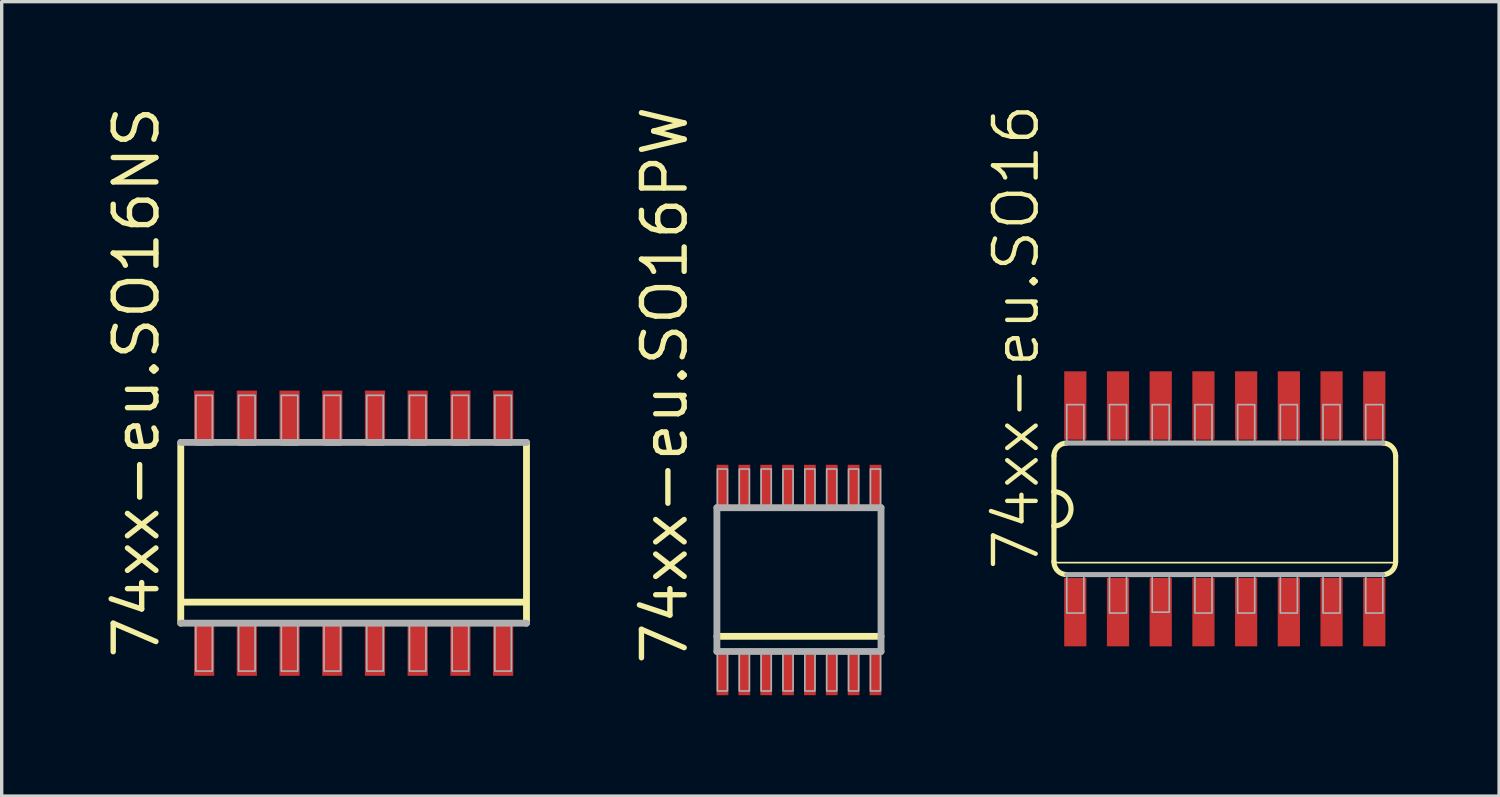
<source format=kicad_pcb>
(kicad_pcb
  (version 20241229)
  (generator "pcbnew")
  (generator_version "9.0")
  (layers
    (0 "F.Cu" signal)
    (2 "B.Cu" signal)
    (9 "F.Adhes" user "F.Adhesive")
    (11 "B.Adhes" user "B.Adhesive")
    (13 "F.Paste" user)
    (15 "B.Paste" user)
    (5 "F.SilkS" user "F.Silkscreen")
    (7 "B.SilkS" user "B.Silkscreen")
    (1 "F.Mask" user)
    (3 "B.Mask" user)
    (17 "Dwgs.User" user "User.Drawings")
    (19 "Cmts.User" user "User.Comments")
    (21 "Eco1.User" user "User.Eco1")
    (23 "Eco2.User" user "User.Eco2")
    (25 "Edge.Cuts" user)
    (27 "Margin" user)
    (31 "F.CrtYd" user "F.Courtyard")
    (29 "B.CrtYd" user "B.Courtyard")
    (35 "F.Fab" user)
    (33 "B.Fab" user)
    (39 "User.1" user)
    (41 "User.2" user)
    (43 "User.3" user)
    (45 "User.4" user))
  (footprint "74xx-eu.SO16PW"
    (layer "F.Cu")
    (at 20.707 14.196)
    (property "Reference" "74xx-eu.SO16PW" (at -3.25 2.6 90) (layer "F.SilkS") (effects (font (size 1.27 1.27) (thickness 0.16)) (justify left bottom)))
    (attr smd)
    (fp_line (start 2.44 1.675) (end -2.44 1.675) (stroke (width 0.203) (type default)) (layer "F.SilkS"))
    (fp_line (start -2.44 -2.15) (end 2.44 -2.15) (stroke (width 0.203) (type default)) (layer "F.Fab"))
    (fp_line (start -2.44 2.125) (end -2.44 -2.15) (stroke (width 0.203) (type default)) (layer "F.Fab"))
    (fp_line (start 2.44 -2.15) (end 2.44 2.125) (stroke (width 0.203) (type default)) (layer "F.Fab"))
    (fp_line (start 2.44 2.125) (end -2.44 2.125) (stroke (width 0.203) (type default)) (layer "F.Fab"))
    (fp_rect (start -2.425 -2.1) (end -2.125 -3.3) (stroke (width 0.05) (type default)) (fill no) (layer "F.Fab"))
    (fp_rect (start -2.425 3.3) (end -2.125 2.1) (stroke (width 0.05) (type default)) (fill no) (layer "F.Fab"))
    (fp_rect (start -1.775 -2.1) (end -1.475 -3.3) (stroke (width 0.05) (type default)) (fill no) (layer "F.Fab"))
    (fp_rect (start -1.775 3.3) (end -1.475 2.1) (stroke (width 0.05) (type default)) (fill no) (layer "F.Fab"))
    (fp_rect (start -1.125 -2.1) (end -0.825 -3.3) (stroke (width 0.05) (type default)) (fill no) (layer "F.Fab"))
    (fp_rect (start -1.125 3.3) (end -0.825 2.1) (stroke (width 0.05) (type default)) (fill no) (layer "F.Fab"))
    (fp_rect (start -0.475 -2.1) (end -0.175 -3.3) (stroke (width 0.05) (type default)) (fill no) (layer "F.Fab"))
    (fp_rect (start -0.475 3.3) (end -0.175 2.1) (stroke (width 0.05) (type default)) (fill no) (layer "F.Fab"))
    (fp_rect (start 0.175 -2.1) (end 0.475 -3.3) (stroke (width 0.05) (type default)) (fill no) (layer "F.Fab"))
    (fp_rect (start 0.175 3.3) (end 0.475 2.1) (stroke (width 0.05) (type default)) (fill no) (layer "F.Fab"))
    (fp_rect (start 0.825 -2.1) (end 1.125 -3.3) (stroke (width 0.05) (type default)) (fill no) (layer "F.Fab"))
    (fp_rect (start 0.825 3.3) (end 1.125 2.1) (stroke (width 0.05) (type default)) (fill no) (layer "F.Fab"))
    (fp_rect (start 1.475 -2.1) (end 1.775 -3.3) (stroke (width 0.05) (type default)) (fill no) (layer "F.Fab"))
    (fp_rect (start 1.475 3.3) (end 1.775 2.1) (stroke (width 0.05) (type default)) (fill no) (layer "F.Fab"))
    (fp_rect (start 2.125 -2.1) (end 2.425 -3.3) (stroke (width 0.05) (type default)) (fill no) (layer "F.Fab"))
    (fp_rect (start 2.125 3.3) (end 2.425 2.1) (stroke (width 0.05) (type default)) (fill no) (layer "F.Fab"))
    (pad "1" smd roundrect (at -2.275 2.825) (size 0.35 1.2) (layers "F.Cu" "F.Mask" "F.Paste") (roundrect_rratio 0.01))
    (pad "2" smd roundrect (at -1.625 2.825) (size 0.35 1.2) (layers "F.Cu" "F.Mask" "F.Paste") (roundrect_rratio 0.01))
    (pad "3" smd roundrect (at -0.975 2.825) (size 0.35 1.2) (layers "F.Cu" "F.Mask" "F.Paste") (roundrect_rratio 0.01))
    (pad "4" smd roundrect (at -0.325 2.825) (size 0.35 1.2) (layers "F.Cu" "F.Mask" "F.Paste") (roundrect_rratio 0.01))
    (pad "5" smd roundrect (at 0.325 2.825) (size 0.35 1.2) (layers "F.Cu" "F.Mask" "F.Paste") (roundrect_rratio 0.01))
    (pad "6" smd roundrect (at 0.975 2.825) (size 0.35 1.2) (layers "F.Cu" "F.Mask" "F.Paste") (roundrect_rratio 0.01))
    (pad "7" smd roundrect (at 1.625 2.825) (size 0.35 1.2) (layers "F.Cu" "F.Mask" "F.Paste") (roundrect_rratio 0.01))
    (pad "8" smd roundrect (at 2.275 2.825) (size 0.35 1.2) (layers "F.Cu" "F.Mask" "F.Paste") (roundrect_rratio 0.01))
    (pad "9" smd roundrect (at 2.275 -2.825 180) (size 0.35 1.2) (layers "F.Cu" "F.Mask" "F.Paste") (roundrect_rratio 0.01))
    (pad "10" smd roundrect (at 1.625 -2.825 180) (size 0.35 1.2) (layers "F.Cu" "F.Mask" "F.Paste") (roundrect_rratio 0.01))
    (pad "11" smd roundrect (at 0.975 -2.825 180) (size 0.35 1.2) (layers "F.Cu" "F.Mask" "F.Paste") (roundrect_rratio 0.01))
    (pad "12" smd roundrect (at 0.325 -2.825 180) (size 0.35 1.2) (layers "F.Cu" "F.Mask" "F.Paste") (roundrect_rratio 0.01))
    (pad "13" smd roundrect (at -0.325 -2.825 180) (size 0.35 1.2) (layers "F.Cu" "F.Mask" "F.Paste") (roundrect_rratio 0.01))
    (pad "14" smd roundrect (at -0.975 -2.825 180) (size 0.35 1.2) (layers "F.Cu" "F.Mask" "F.Paste") (roundrect_rratio 0.01))
    (pad "15" smd roundrect (at -1.625 -2.825 180) (size 0.35 1.2) (layers "F.Cu" "F.Mask" "F.Paste") (roundrect_rratio 0.01))
    (pad "16" smd roundrect (at -2.275 -2.825 180) (size 0.35 1.2) (layers "F.Cu" "F.Mask" "F.Paste") (roundrect_rratio 0.01)))
  (footprint "74xx-eu.SO16"
    (layer "F.Cu")
    (at 33.369 12.08)
    (property "Reference" "74xx-eu.SO16" (at -5.461 1.905 90) (layer "F.SilkS") (effects (font (size 1.27 1.27) (thickness 0.13)) (justify left bottom)))
    (attr smd)
    (fp_line (start -5.08 -1.575) (end -5.08 -0.508) (stroke (width 0.152) (type default)) (layer "F.SilkS"))
    (fp_line (start -5.08 -0.508) (end -5.08 0.508) (stroke (width 0.152) (type default)) (layer "F.SilkS"))
    (fp_line (start -5.08 0.508) (end -5.08 1.575) (stroke (width 0.152) (type default)) (layer "F.SilkS"))
    (fp_line (start -5.08 1.6) (end 5.08 1.6) (stroke (width 0.051) (type default)) (layer "F.SilkS"))
    (fp_line (start 5.08 1.575) (end 5.08 -1.575) (stroke (width 0.152) (type default)) (layer "F.SilkS"))
    (fp_arc (start -5.08 -1.5748) (mid -4.968408 -1.844208) (end -4.699 -1.9558) (stroke (width 0.1524) (type default)) (layer "F.SilkS"))
    (fp_arc (start -5.08 -0.508) (mid -4.572 0) (end -5.08 0.508) (stroke (width 0.1524) (type default)) (layer "F.SilkS"))
    (fp_arc (start -4.699 1.9558) (mid -4.968408 1.844208) (end -5.08 1.5748) (stroke (width 0.1524) (type default)) (layer "F.SilkS"))
    (fp_arc (start 4.699 -1.9558) (mid 4.968408 -1.844208) (end 5.08 -1.5748) (stroke (width 0.1524) (type default)) (layer "F.SilkS"))
    (fp_arc (start 5.08 1.5748) (mid 4.968408 1.844208) (end 4.699 1.9558) (stroke (width 0.1524) (type default)) (layer "F.SilkS"))
    (fp_line (start -4.699 1.956) (end 4.699 1.956) (stroke (width 0.152) (type default)) (layer "F.Fab"))
    (fp_line (start 4.699 -1.956) (end -4.699 -1.956) (stroke (width 0.152) (type default)) (layer "F.Fab"))
    (fp_rect (start -4.699 -1.956) (end -4.191 -3.099) (stroke (width 0.05) (type default)) (fill no) (layer "F.Fab"))
    (fp_rect (start -4.699 3.099) (end -4.191 1.956) (stroke (width 0.05) (type default)) (fill no) (layer "F.Fab"))
    (fp_rect (start -3.429 -1.956) (end -2.921 -3.099) (stroke (width 0.05) (type default)) (fill no) (layer "F.Fab"))
    (fp_rect (start -3.429 3.099) (end -2.921 1.956) (stroke (width 0.05) (type default)) (fill no) (layer "F.Fab"))
    (fp_rect (start -2.159 -1.956) (end -1.651 -3.099) (stroke (width 0.05) (type default)) (fill no) (layer "F.Fab"))
    (fp_rect (start -2.159 3.073) (end -1.651 1.93) (stroke (width 0.05) (type default)) (fill no) (layer "F.Fab"))
    (fp_rect (start -0.889 -1.956) (end -0.381 -3.099) (stroke (width 0.05) (type default)) (fill no) (layer "F.Fab"))
    (fp_rect (start -0.889 3.099) (end -0.381 1.956) (stroke (width 0.05) (type default)) (fill no) (layer "F.Fab"))
    (fp_rect (start 0.381 -1.956) (end 0.889 -3.099) (stroke (width 0.05) (type default)) (fill no) (layer "F.Fab"))
    (fp_rect (start 0.381 3.099) (end 0.889 1.956) (stroke (width 0.05) (type default)) (fill no) (layer "F.Fab"))
    (fp_rect (start 1.651 -1.956) (end 2.159 -3.099) (stroke (width 0.05) (type default)) (fill no) (layer "F.Fab"))
    (fp_rect (start 1.651 3.099) (end 2.159 1.956) (stroke (width 0.05) (type default)) (fill no) (layer "F.Fab"))
    (fp_rect (start 2.921 -1.956) (end 3.429 -3.099) (stroke (width 0.05) (type default)) (fill no) (layer "F.Fab"))
    (fp_rect (start 2.921 3.099) (end 3.429 1.956) (stroke (width 0.05) (type default)) (fill no) (layer "F.Fab"))
    (fp_rect (start 4.191 -1.956) (end 4.699 -3.099) (stroke (width 0.05) (type default)) (fill no) (layer "F.Fab"))
    (fp_rect (start 4.191 3.099) (end 4.699 1.956) (stroke (width 0.05) (type default)) (fill no) (layer "F.Fab"))
    (pad "1" smd roundrect (at -4.445 3.073) (size 0.66 2.032) (layers "F.Cu" "F.Mask" "F.Paste") (roundrect_rratio 0.01))
    (pad "2" smd roundrect (at -3.175 3.073) (size 0.66 2.032) (layers "F.Cu" "F.Mask" "F.Paste") (roundrect_rratio 0.01))
    (pad "3" smd roundrect (at -1.905 3.073) (size 0.66 2.032) (layers "F.Cu" "F.Mask" "F.Paste") (roundrect_rratio 0.01))
    (pad "4" smd roundrect (at -0.635 3.073) (size 0.66 2.032) (layers "F.Cu" "F.Mask" "F.Paste") (roundrect_rratio 0.01))
    (pad "5" smd roundrect (at 0.635 3.073) (size 0.66 2.032) (layers "F.Cu" "F.Mask" "F.Paste") (roundrect_rratio 0.01))
    (pad "6" smd roundrect (at 1.905 3.073) (size 0.66 2.032) (layers "F.Cu" "F.Mask" "F.Paste") (roundrect_rratio 0.01))
    (pad "7" smd roundrect (at 3.175 3.073) (size 0.66 2.032) (layers "F.Cu" "F.Mask" "F.Paste") (roundrect_rratio 0.01))
    (pad "8" smd roundrect (at 4.445 3.073) (size 0.66 2.032) (layers "F.Cu" "F.Mask" "F.Paste") (roundrect_rratio 0.01))
    (pad "9" smd roundrect (at 4.445 -3.073) (size 0.66 2.032) (layers "F.Cu" "F.Mask" "F.Paste") (roundrect_rratio 0.01))
    (pad "10" smd roundrect (at 3.175 -3.073) (size 0.66 2.032) (layers "F.Cu" "F.Mask" "F.Paste") (roundrect_rratio 0.01))
    (pad "11" smd roundrect (at 1.905 -3.073) (size 0.66 2.032) (layers "F.Cu" "F.Mask" "F.Paste") (roundrect_rratio 0.01))
    (pad "12" smd roundrect (at 0.635 -3.073) (size 0.66 2.032) (layers "F.Cu" "F.Mask" "F.Paste") (roundrect_rratio 0.01))
    (pad "13" smd roundrect (at -0.635 -3.073) (size 0.66 2.032) (layers "F.Cu" "F.Mask" "F.Paste") (roundrect_rratio 0.01))
    (pad "14" smd roundrect (at -1.905 -3.073) (size 0.66 2.032) (layers "F.Cu" "F.Mask" "F.Paste") (roundrect_rratio 0.01))
    (pad "15" smd roundrect (at -3.175 -3.073) (size 0.66 2.032) (layers "F.Cu" "F.Mask" "F.Paste") (roundrect_rratio 0.01))
    (pad "16" smd roundrect (at -4.445 -3.073) (size 0.66 2.032) (layers "F.Cu" "F.Mask" "F.Paste") (roundrect_rratio 0.01)))
  (footprint "74xx-eu.SO16NS"
    (layer "F.Cu")
    (at 7.465 12.805)
    (property "Reference" "74xx-eu.SO16NS" (at -5.715 3.81 90) (layer "F.SilkS") (effects (font (size 1.27 1.27) (thickness 0.16)) (justify left bottom)))
    (attr smd)
    (fp_line (start -5.14 2.675) (end -5.14 -2.7) (stroke (width 0.203) (type default)) (layer "F.SilkS"))
    (fp_line (start 5.09 2.05) (end -5.09 2.05) (stroke (width 0.203) (type default)) (layer "F.SilkS"))
    (fp_line (start 5.14 -2.7) (end 5.14 2.675) (stroke (width 0.203) (type default)) (layer "F.SilkS"))
    (fp_line (start -5.14 -2.7) (end 5.14 -2.7) (stroke (width 0.203) (type default)) (layer "F.Fab"))
    (fp_line (start 5.14 2.675) (end -5.14 2.675) (stroke (width 0.203) (type default)) (layer "F.Fab"))
    (fp_rect (start -4.69 -2.625) (end -4.2 -4.1) (stroke (width 0.05) (type default)) (fill no) (layer "F.Fab"))
    (fp_rect (start -4.69 4.1) (end -4.2 2.625) (stroke (width 0.05) (type default)) (fill no) (layer "F.Fab"))
    (fp_rect (start -3.42 -2.625) (end -2.93 -4.1) (stroke (width 0.05) (type default)) (fill no) (layer "F.Fab"))
    (fp_rect (start -3.42 4.1) (end -2.93 2.625) (stroke (width 0.05) (type default)) (fill no) (layer "F.Fab"))
    (fp_rect (start -2.15 -2.625) (end -1.66 -4.1) (stroke (width 0.05) (type default)) (fill no) (layer "F.Fab"))
    (fp_rect (start -2.15 4.1) (end -1.66 2.625) (stroke (width 0.05) (type default)) (fill no) (layer "F.Fab"))
    (fp_rect (start -0.88 -2.625) (end -0.39 -4.1) (stroke (width 0.05) (type default)) (fill no) (layer "F.Fab"))
    (fp_rect (start -0.88 4.1) (end -0.39 2.625) (stroke (width 0.05) (type default)) (fill no) (layer "F.Fab"))
    (fp_rect (start 0.39 -2.625) (end 0.88 -4.1) (stroke (width 0.05) (type default)) (fill no) (layer "F.Fab"))
    (fp_rect (start 0.39 4.1) (end 0.88 2.625) (stroke (width 0.05) (type default)) (fill no) (layer "F.Fab"))
    (fp_rect (start 1.66 -2.625) (end 2.15 -4.1) (stroke (width 0.05) (type default)) (fill no) (layer "F.Fab"))
    (fp_rect (start 1.66 4.1) (end 2.15 2.625) (stroke (width 0.05) (type default)) (fill no) (layer "F.Fab"))
    (fp_rect (start 2.93 -2.625) (end 3.42 -4.1) (stroke (width 0.05) (type default)) (fill no) (layer "F.Fab"))
    (fp_rect (start 2.93 4.1) (end 3.42 2.625) (stroke (width 0.05) (type default)) (fill no) (layer "F.Fab"))
    (fp_rect (start 4.2 -2.625) (end 4.69 -4.1) (stroke (width 0.05) (type default)) (fill no) (layer "F.Fab"))
    (fp_rect (start 4.2 4.1) (end 4.69 2.625) (stroke (width 0.05) (type default)) (fill no) (layer "F.Fab"))
    (pad "1" smd roundrect (at -4.445 3.49) (size 0.6 1.5) (layers "F.Cu" "F.Mask" "F.Paste") (roundrect_rratio 0.01))
    (pad "2" smd roundrect (at -3.175 3.49) (size 0.6 1.5) (layers "F.Cu" "F.Mask" "F.Paste") (roundrect_rratio 0.01))
    (pad "3" smd roundrect (at -1.905 3.49) (size 0.6 1.5) (layers "F.Cu" "F.Mask" "F.Paste") (roundrect_rratio 0.01))
    (pad "4" smd roundrect (at -0.635 3.49) (size 0.6 1.5) (layers "F.Cu" "F.Mask" "F.Paste") (roundrect_rratio 0.01))
    (pad "5" smd roundrect (at 0.635 3.49) (size 0.6 1.5) (layers "F.Cu" "F.Mask" "F.Paste") (roundrect_rratio 0.01))
    (pad "6" smd roundrect (at 1.905 3.49) (size 0.6 1.5) (layers "F.Cu" "F.Mask" "F.Paste") (roundrect_rratio 0.01))
    (pad "7" smd roundrect (at 3.175 3.49) (size 0.6 1.5) (layers "F.Cu" "F.Mask" "F.Paste") (roundrect_rratio 0.01))
    (pad "8" smd roundrect (at 4.445 3.49) (size 0.6 1.5) (layers "F.Cu" "F.Mask" "F.Paste") (roundrect_rratio 0.01))
    (pad "9" smd roundrect (at 4.445 -3.49 180) (size 0.6 1.5) (layers "F.Cu" "F.Mask" "F.Paste") (roundrect_rratio 0.01))
    (pad "10" smd roundrect (at 3.175 -3.49 180) (size 0.6 1.5) (layers "F.Cu" "F.Mask" "F.Paste") (roundrect_rratio 0.01))
    (pad "11" smd roundrect (at 1.905 -3.49 180) (size 0.6 1.5) (layers "F.Cu" "F.Mask" "F.Paste") (roundrect_rratio 0.01))
    (pad "12" smd roundrect (at 0.635 -3.49 180) (size 0.6 1.5) (layers "F.Cu" "F.Mask" "F.Paste") (roundrect_rratio 0.01))
    (pad "13" smd roundrect (at -0.635 -3.49 180) (size 0.6 1.5) (layers "F.Cu" "F.Mask" "F.Paste") (roundrect_rratio 0.01))
    (pad "14" smd roundrect (at -1.905 -3.49 180) (size 0.6 1.5) (layers "F.Cu" "F.Mask" "F.Paste") (roundrect_rratio 0.01))
    (pad "15" smd roundrect (at -3.175 -3.49 180) (size 0.6 1.5) (layers "F.Cu" "F.Mask" "F.Paste") (roundrect_rratio 0.01))
    (pad "16" smd roundrect (at -4.445 -3.49 180) (size 0.6 1.5) (layers "F.Cu" "F.Mask" "F.Paste") (roundrect_rratio 0.01)))
  (gr_rect
    (start -3 -3)
    (end 41.525 20.621)
    (stroke (width 0.1) (type default))
    (fill no)
    (layer "Edge.Cuts")))
</source>
